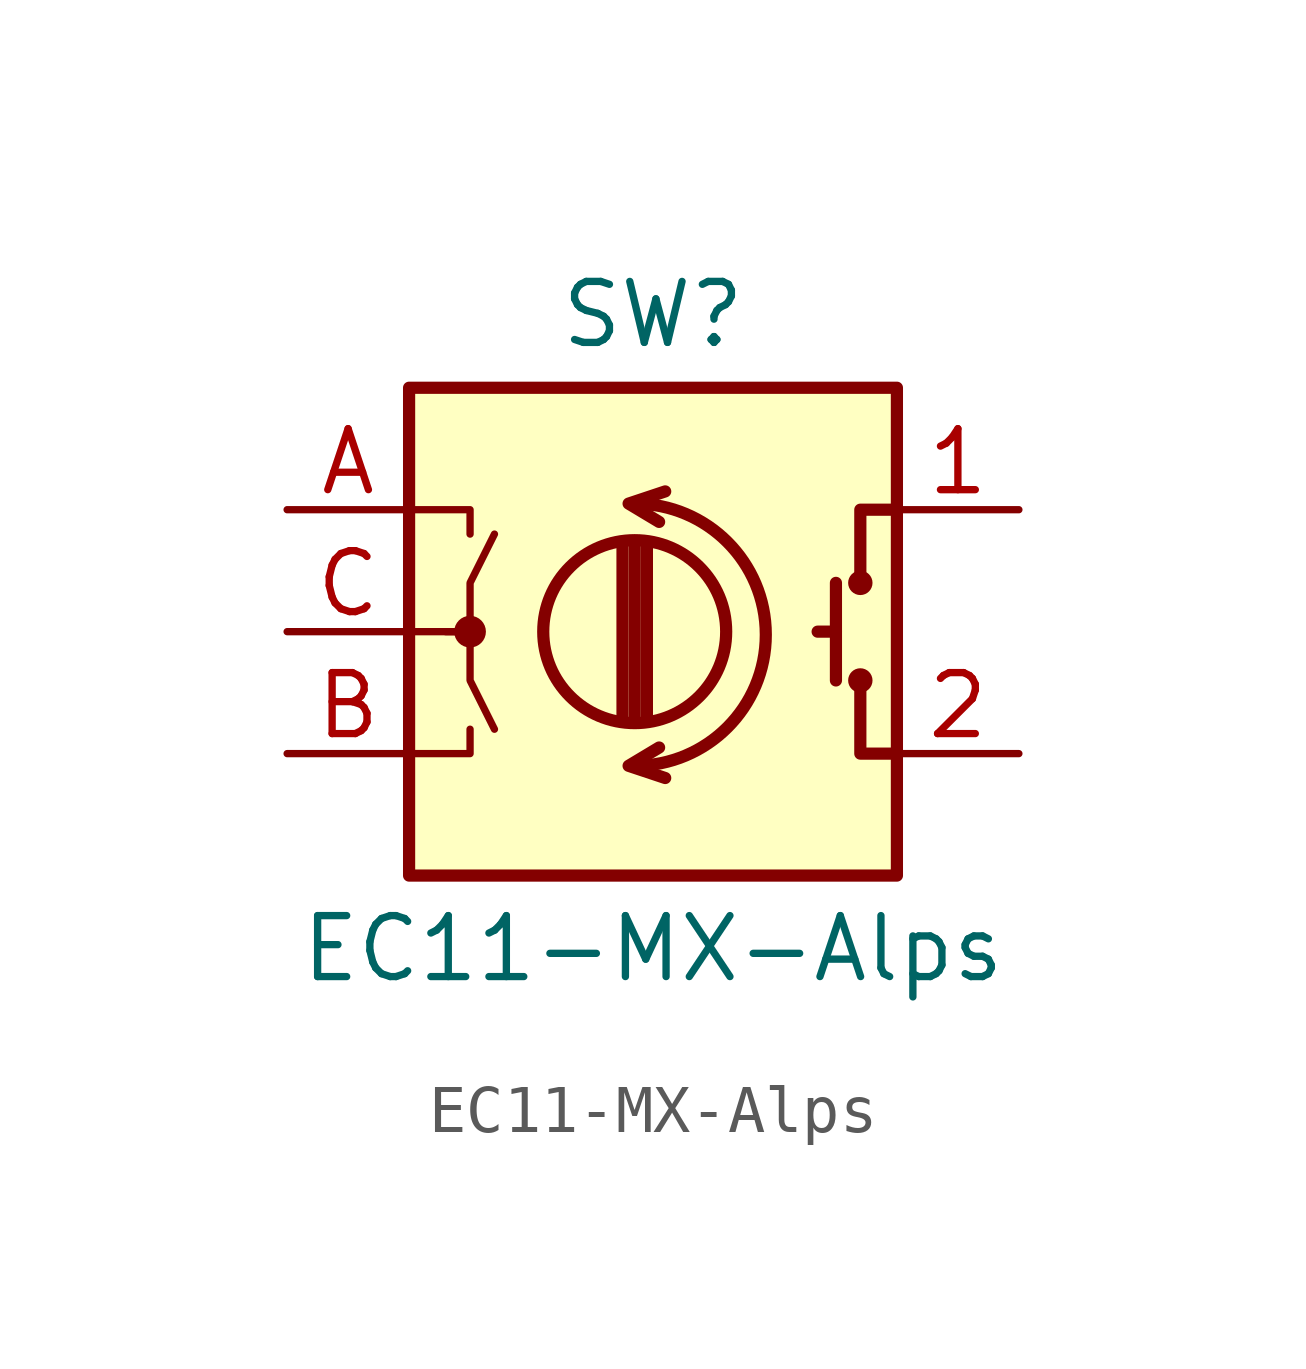
<source format=kicad_sym>
(kicad_symbol_lib
  (version 20211014)
  (generator kicad_symbol_editor)
  (symbol "EC11-MX-Alps"
    (pin_names
      (offset 0.254) hide)
    (property "Reference" "SW"
      (at 0 6.604 0)
      (effects (font (size 1.27 1.27))))
    (property "Value" "EC11-MX-Alps"
      (at 0 -6.604 0)
      (effects (font (size 1.27 1.27))))
    (symbol "EC11-MX-Alps_0_1"
      (rectangle (start -5.08 5.08) (end 5.08 -5.08) (stroke (width 0.254) (type default) (color 0 0 0 0)) (fill (type background)))
      (circle (center -3.81 0) (radius 0.254) (stroke (width 0) (type default) (color 0 0 0 0)) (fill (type outline)))
      (arc (start -0.381 -2.794) (mid 2.3622 -0.0508) (end -0.381 2.667) (stroke (width 0.254) (type default) (color 0 0 0 0)) (fill (type none)))
      (circle (center -0.381 0) (radius 1.905) (stroke (width 0.254) (type default) (color 0 0 0 0)) (fill (type none)))
      (polyline (pts (xy -0.635 -1.778) (xy -0.635 1.778)) (stroke (width 0.254) (type default) (color 0 0 0 0)) (fill (type none)))
      (polyline (pts (xy -0.381 -1.778) (xy -0.381 1.778)) (stroke (width 0.254) (type default) (color 0 0 0 0)) (fill (type none)))
      (polyline (pts (xy -0.127 1.778) (xy -0.127 -1.778)) (stroke (width 0.254) (type default) (color 0 0 0 0)) (fill (type none)))
      (polyline (pts (xy 3.81 0) (xy 3.429 0)) (stroke (width 0.254) (type default) (color 0 0 0 0)) (fill (type none)))
      (polyline (pts (xy 3.81 1.016) (xy 3.81 -1.016)) (stroke (width 0.254) (type default) (color 0 0 0 0)) (fill (type none)))
      (polyline (pts (xy -5.08 -2.54) (xy -3.81 -2.54) (xy -3.81 -2.032)) (stroke (width 0) (type default) (color 0 0 0 0)) (fill (type none)))
      (polyline (pts (xy -5.08 2.54) (xy -3.81 2.54) (xy -3.81 2.032)) (stroke (width 0) (type default) (color 0 0 0 0)) (fill (type none)))
      (polyline (pts (xy 0.254 -3.048) (xy -0.508 -2.794) (xy 0.127 -2.413)) (stroke (width 0.254) (type default) (color 0 0 0 0)) (fill (type none)))
      (polyline (pts (xy 0.254 2.921) (xy -0.508 2.667) (xy 0.127 2.286)) (stroke (width 0.254) (type default) (color 0 0 0 0)) (fill (type none)))
      (polyline (pts (xy 5.08 -2.54) (xy 4.318 -2.54) (xy 4.318 -1.016)) (stroke (width 0.254) (type default) (color 0 0 0 0)) (fill (type none)))
      (polyline (pts (xy 5.08 2.54) (xy 4.318 2.54) (xy 4.318 1.016)) (stroke (width 0.254) (type default) (color 0 0 0 0)) (fill (type none)))
      (polyline (pts (xy -5.08 0) (xy -3.81 0) (xy -3.81 -1.016) (xy -3.302 -2.032)) (stroke (width 0) (type default) (color 0 0 0 0)) (fill (type none)))
      (polyline (pts (xy -4.318 0) (xy -3.81 0) (xy -3.81 1.016) (xy -3.302 2.032)) (stroke (width 0) (type default) (color 0 0 0 0)) (fill (type none)))
      (circle (center 4.318 -1.016) (radius 0.127) (stroke (width 0.254) (type default) (color 0 0 0 0)) (fill (type none)))
      (circle (center 4.318 1.016) (radius 0.127) (stroke (width 0.254) (type default) (color 0 0 0 0)) (fill (type none))))
    (symbol "EC11-MX-Alps_1_1"
      (pin passive line (at 7.62 2.54 180) (length 2.54) (name "1" (effects (font (size 1.27 1.27)))) (number "1" (effects (font (size 1.27 1.27)))))
      (pin passive line (at 7.62 -2.54 180) (length 2.54) (name "2" (effects (font (size 1.27 1.27)))) (number "2" (effects (font (size 1.27 1.27)))))
      (pin passive line (at -7.62 2.54 0) (length 2.54) (name "A" (effects (font (size 1.27 1.27)))) (number "A" (effects (font (size 1.27 1.27)))))
      (pin passive line (at -7.62 -2.54 0) (length 2.54) (name "B" (effects (font (size 1.27 1.27)))) (number "B" (effects (font (size 1.27 1.27)))))
      (pin passive line (at -7.62 0 0) (length 2.54) (name "C" (effects (font (size 1.27 1.27)))) (number "C" (effects (font (size 1.27 1.27))))))))
</source>
